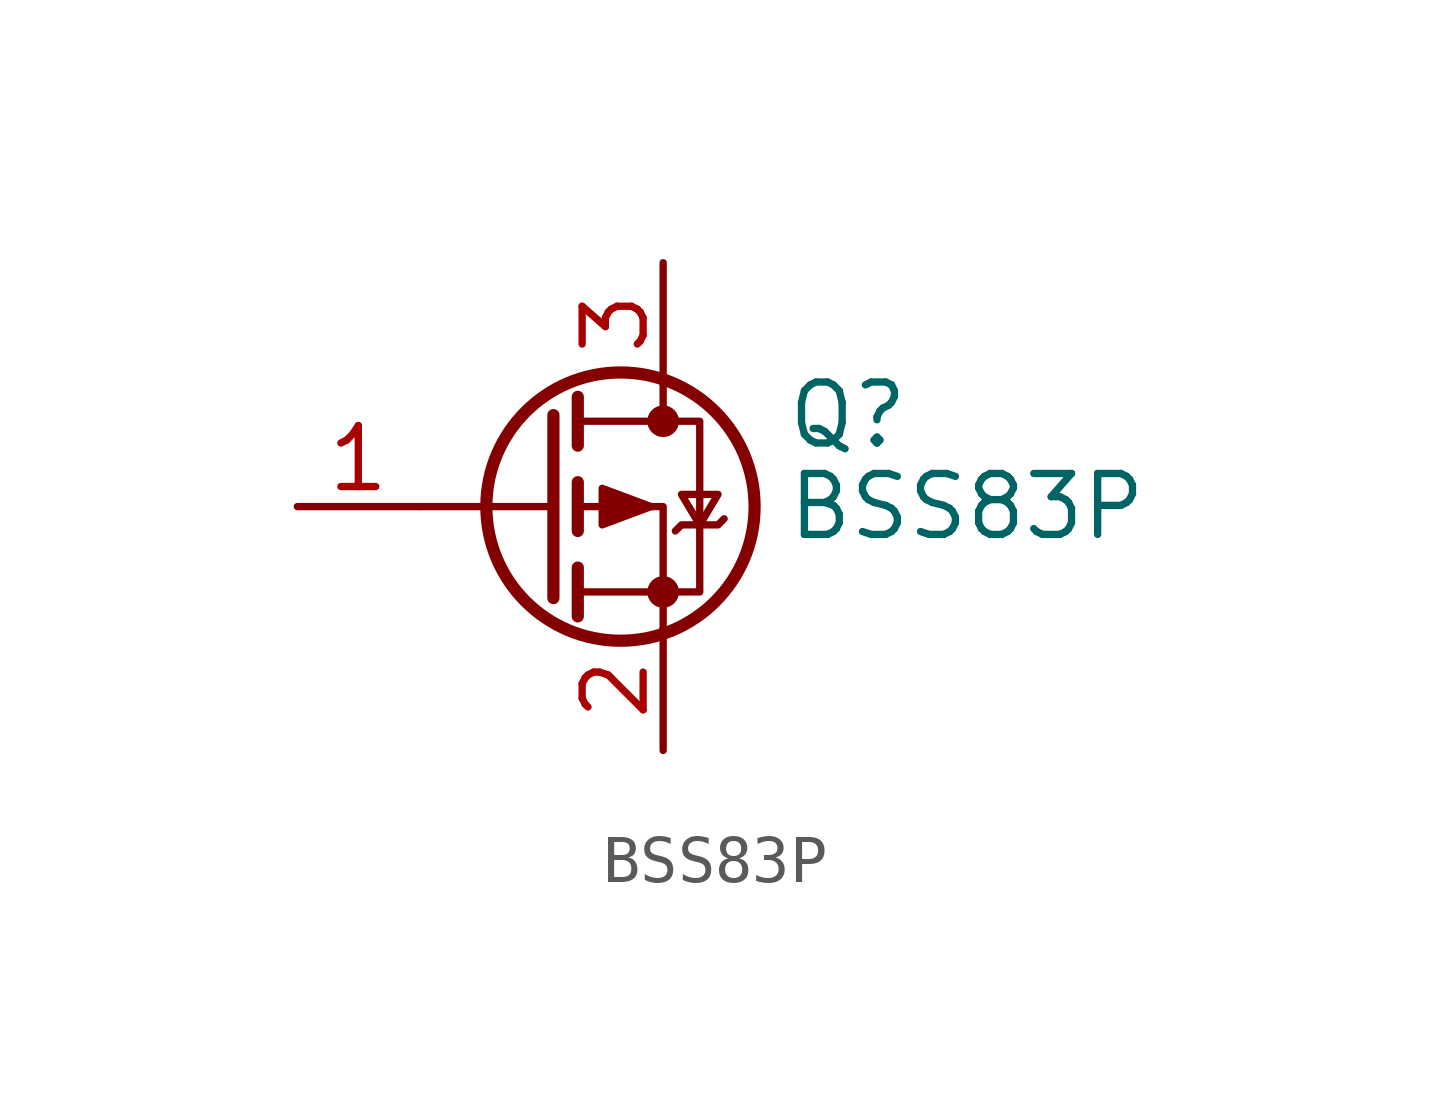
<source format=kicad_sym>
(kicad_symbol_lib
  (version 20231120)
  (generator "kicad_symbol_editor")
  (generator_version "8.0")
  (symbol "BSS83P"
    (pin_names hide)
    (property "Reference" "Q"
      (at 5.08 1.905 0)
      (effects (font (size 1.27 1.27)) (justify left)))
    (property "Value" "BSS83P"
      (at 5.08 0 0)
      (effects (font (size 1.27 1.27)) (justify left)))
    (symbol "BSS83P_0_1"
      (polyline (pts (xy 0.254 0) (xy -2.54 0)) (stroke (width 0) (type default)) (fill (type none)))
      (polyline (pts (xy 0.254 1.905) (xy 0.254 -1.905)) (stroke (width 0.254) (type default)) (fill (type none)))
      (polyline (pts (xy 0.762 -1.27) (xy 0.762 -2.286)) (stroke (width 0.254) (type default)) (fill (type none)))
      (polyline (pts (xy 0.762 0.508) (xy 0.762 -0.508)) (stroke (width 0.254) (type default)) (fill (type none)))
      (polyline (pts (xy 0.762 2.286) (xy 0.762 1.27)) (stroke (width 0.254) (type default)) (fill (type none)))
      (polyline (pts (xy 2.54 2.54) (xy 2.54 1.778)) (stroke (width 0) (type default)) (fill (type none)))
      (polyline (pts (xy 2.54 -2.54) (xy 2.54 0) (xy 0.762 0)) (stroke (width 0) (type default)) (fill (type none)))
      (polyline (pts (xy 0.762 1.778) (xy 3.302 1.778) (xy 3.302 -1.778) (xy 0.762 -1.778)) (stroke (width 0) (type default)) (fill (type none)))
      (polyline (pts (xy 2.286 0) (xy 1.27 0.381) (xy 1.27 -0.381) (xy 2.286 0)) (stroke (width 0) (type default)) (fill (type outline)))
      (polyline (pts (xy 2.794 -0.508) (xy 2.921 -0.381) (xy 3.683 -0.381) (xy 3.81 -0.254)) (stroke (width 0) (type default)) (fill (type none)))
      (polyline (pts (xy 3.302 -0.381) (xy 2.921 0.254) (xy 3.683 0.254) (xy 3.302 -0.381)) (stroke (width 0) (type default)) (fill (type none)))
      (circle (center 1.651 0) (radius 2.794) (stroke (width 0.254) (type default)) (fill (type none)))
      (circle (center 2.54 -1.778) (radius 0.254) (stroke (width 0) (type default)) (fill (type outline)))
      (circle (center 2.54 1.778) (radius 0.254) (stroke (width 0) (type default)) (fill (type outline))))
    (symbol "BSS83P_1_1"
      (pin input line (at -5.08 0 0) (length 2.54) (name "G" (effects (font (size 1.27 1.27)))) (number "1" (effects (font (size 1.27 1.27)))))
      (pin passive line (at 2.54 -5.08 90) (length 2.54) (name "S" (effects (font (size 1.27 1.27)))) (number "2" (effects (font (size 1.27 1.27)))))
      (pin passive line (at 2.54 5.08 270) (length 2.54) (name "D" (effects (font (size 1.27 1.27)))) (number "3" (effects (font (size 1.27 1.27))))))))
</source>
